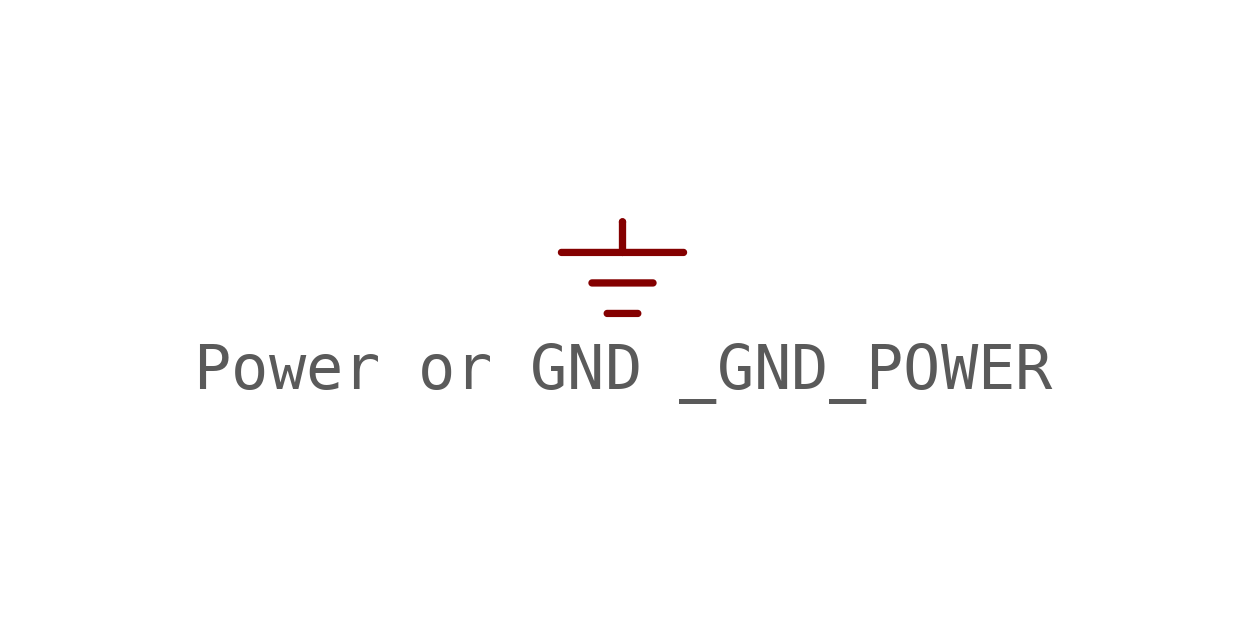
<source format=kicad_sym>
(kicad_symbol_lib
  (version 20231120)
  (generator "kicad_symbol_editor")
  (generator_version "8.0")
  (symbol "Power or GND _GND_POWER"
    (power)
    (property "Reference" ""
      (at 0 0 0)
      (effects (font (size 1.27 1.27)) (hide yes)))
    (property "ki_locked" ""
      (at 0 0 0)
      (effects (font (size 1.27 1.27))))
    (symbol "Power or GND _GND_POWER_1_0"
      (polyline (pts (xy -1.27 -0.635) (xy 0 -0.635)) (stroke (width 0.152) (type solid)) (fill (type none)))
      (polyline (pts (xy -0.635 -1.27) (xy 0.635 -1.27)) (stroke (width 0.152) (type solid)) (fill (type none)))
      (polyline (pts (xy -0.318 -1.905) (xy 0.318 -1.905)) (stroke (width 0.152) (type solid)) (fill (type none)))
      (polyline (pts (xy 0 -0.635) (xy 1.27 -0.635)) (stroke (width 0.152) (type solid)) (fill (type none)))
      (polyline (pts (xy 0 0) (xy 0 -0.635)) (stroke (width 0.152) (type solid)) (fill (type none)))
      (pin power_in line (at 0 0 270) (length 0) (name "GND" (effects (font (size 0 0)))) (number "1" (effects (font (size 0 0))))))))
</source>
